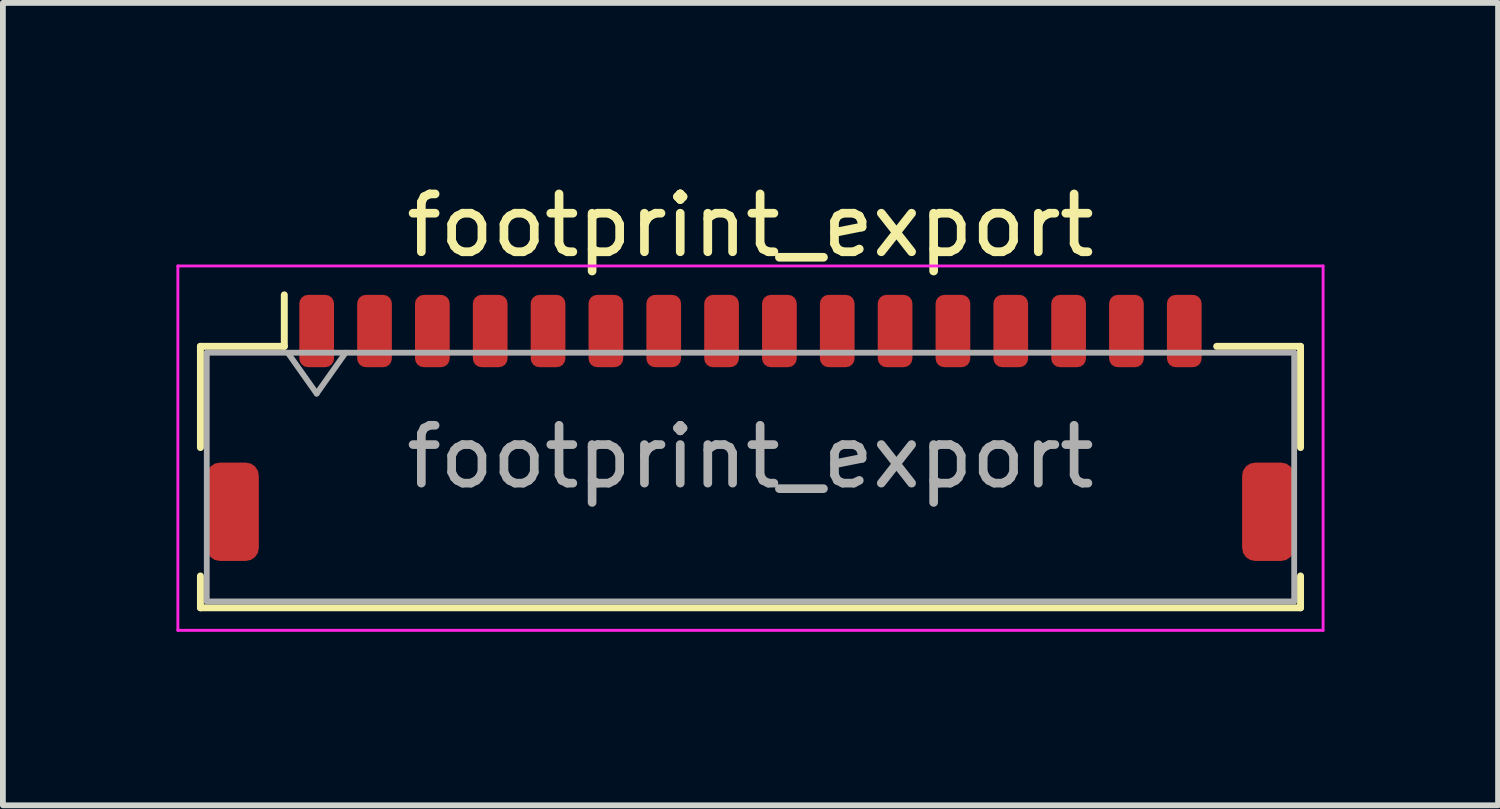
<source format=kicad_pcb>
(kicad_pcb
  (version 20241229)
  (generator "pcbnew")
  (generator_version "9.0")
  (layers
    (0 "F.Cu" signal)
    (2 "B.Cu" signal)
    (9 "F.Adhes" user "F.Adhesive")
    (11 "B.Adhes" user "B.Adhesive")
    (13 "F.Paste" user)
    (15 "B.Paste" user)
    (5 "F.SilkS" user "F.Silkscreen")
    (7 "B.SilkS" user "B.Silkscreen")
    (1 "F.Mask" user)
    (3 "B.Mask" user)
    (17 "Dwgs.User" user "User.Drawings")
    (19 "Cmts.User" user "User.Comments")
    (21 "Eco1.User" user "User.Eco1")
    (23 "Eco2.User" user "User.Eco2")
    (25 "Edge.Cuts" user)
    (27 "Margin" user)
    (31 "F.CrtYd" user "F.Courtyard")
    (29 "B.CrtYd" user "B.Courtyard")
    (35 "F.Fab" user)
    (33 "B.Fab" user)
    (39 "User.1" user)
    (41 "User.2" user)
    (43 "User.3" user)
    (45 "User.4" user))
  (footprint "footprint_export"
    (layer "F.Cu")
    (at 9.925 4.348)
    (property "Reference" "footprint_export" (at 0 -3.5 0) (layer "F.SilkS") (effects (font (size 1 1) (thickness 0.15))))
    (attr smd)
    (fp_line (start -9.51 -1.41) (end -8.06 -1.41) (stroke (width 0.12) (type solid)) (layer "F.SilkS"))
    (fp_line (start -9.51 0.34) (end -9.51 -1.41) (stroke (width 0.12) (type solid)) (layer "F.SilkS"))
    (fp_line (start -9.51 2.56) (end -9.51 3.11) (stroke (width 0.12) (type solid)) (layer "F.SilkS"))
    (fp_line (start -9.51 3.11) (end 9.51 3.11) (stroke (width 0.12) (type solid)) (layer "F.SilkS"))
    (fp_line (start -8.06 -1.41) (end -8.06 -2.3) (stroke (width 0.12) (type solid)) (layer "F.SilkS"))
    (fp_line (start 9.51 -1.41) (end 8.06 -1.41) (stroke (width 0.12) (type solid)) (layer "F.SilkS"))
    (fp_line (start 9.51 0.34) (end 9.51 -1.41) (stroke (width 0.12) (type solid)) (layer "F.SilkS"))
    (fp_line (start 9.51 3.11) (end 9.51 2.56) (stroke (width 0.12) (type solid)) (layer "F.SilkS"))
    (fp_line (start -9.9 -2.8) (end -9.9 3.5) (stroke (width 0.05) (type solid)) (layer "F.CrtYd"))
    (fp_line (start -9.9 3.5) (end 9.9 3.5) (stroke (width 0.05) (type solid)) (layer "F.CrtYd"))
    (fp_line (start 9.9 -2.8) (end -9.9 -2.8) (stroke (width 0.05) (type solid)) (layer "F.CrtYd"))
    (fp_line (start 9.9 3.5) (end 9.9 -2.8) (stroke (width 0.05) (type solid)) (layer "F.CrtYd"))
    (fp_line (start -9.4 -1.3) (end -9.4 3) (stroke (width 0.1) (type solid)) (layer "F.Fab"))
    (fp_line (start -9.4 -1.3) (end 9.4 -1.3) (stroke (width 0.1) (type solid)) (layer "F.Fab"))
    (fp_line (start -9.4 3) (end 9.4 3) (stroke (width 0.1) (type solid)) (layer "F.Fab"))
    (fp_line (start -8 -1.3) (end -7.5 -0.593) (stroke (width 0.1) (type solid)) (layer "F.Fab"))
    (fp_line (start -7.5 -0.593) (end -7 -1.3) (stroke (width 0.1) (type solid)) (layer "F.Fab"))
    (fp_line (start 9.4 -1.3) (end 9.4 3) (stroke (width 0.1) (type solid)) (layer "F.Fab"))
    (fp_text user "${REFERENCE}" (at 0 0.5 0) (layer "F.Fab") (effects (font (size 1 1) (thickness 0.15))))
    (pad "1" smd roundrect (at -7.5 -1.675) (size 0.6 1.25) (layers "F.Cu" "F.Mask" "F.Paste") (roundrect_rratio 0.25))
    (pad "2" smd roundrect (at -6.5 -1.675) (size 0.6 1.25) (layers "F.Cu" "F.Mask" "F.Paste") (roundrect_rratio 0.25))
    (pad "3" smd roundrect (at -5.5 -1.675) (size 0.6 1.25) (layers "F.Cu" "F.Mask" "F.Paste") (roundrect_rratio 0.25))
    (pad "4" smd roundrect (at -4.5 -1.675) (size 0.6 1.25) (layers "F.Cu" "F.Mask" "F.Paste") (roundrect_rratio 0.25))
    (pad "5" smd roundrect (at -3.5 -1.675) (size 0.6 1.25) (layers "F.Cu" "F.Mask" "F.Paste") (roundrect_rratio 0.25))
    (pad "6" smd roundrect (at -2.5 -1.675) (size 0.6 1.25) (layers "F.Cu" "F.Mask" "F.Paste") (roundrect_rratio 0.25))
    (pad "7" smd roundrect (at -1.5 -1.675) (size 0.6 1.25) (layers "F.Cu" "F.Mask" "F.Paste") (roundrect_rratio 0.25))
    (pad "8" smd roundrect (at -0.5 -1.675) (size 0.6 1.25) (layers "F.Cu" "F.Mask" "F.Paste") (roundrect_rratio 0.25))
    (pad "9" smd roundrect (at 0.5 -1.675) (size 0.6 1.25) (layers "F.Cu" "F.Mask" "F.Paste") (roundrect_rratio 0.25))
    (pad "10" smd roundrect (at 1.5 -1.675) (size 0.6 1.25) (layers "F.Cu" "F.Mask" "F.Paste") (roundrect_rratio 0.25))
    (pad "11" smd roundrect (at 2.5 -1.675) (size 0.6 1.25) (layers "F.Cu" "F.Mask" "F.Paste") (roundrect_rratio 0.25))
    (pad "12" smd roundrect (at 3.5 -1.675) (size 0.6 1.25) (layers "F.Cu" "F.Mask" "F.Paste") (roundrect_rratio 0.25))
    (pad "13" smd roundrect (at 4.5 -1.675) (size 0.6 1.25) (layers "F.Cu" "F.Mask" "F.Paste") (roundrect_rratio 0.25))
    (pad "14" smd roundrect (at 5.5 -1.675) (size 0.6 1.25) (layers "F.Cu" "F.Mask" "F.Paste") (roundrect_rratio 0.25))
    (pad "15" smd roundrect (at 6.5 -1.675) (size 0.6 1.25) (layers "F.Cu" "F.Mask" "F.Paste") (roundrect_rratio 0.25))
    (pad "16" smd roundrect (at 7.5 -1.675) (size 0.6 1.25) (layers "F.Cu" "F.Mask" "F.Paste") (roundrect_rratio 0.25))
    (pad "MP" smd roundrect (at -8.95 1.45) (size 0.9 1.7) (layers "F.Cu" "F.Mask" "F.Paste") (roundrect_rratio 0.25))
    (pad "MP" smd roundrect (at 8.95 1.45) (size 0.9 1.7) (layers "F.Cu" "F.Mask" "F.Paste") (roundrect_rratio 0.25)))
  (gr_rect
    (start -3 -3)
    (end 22.85 10.873)
    (stroke (width 0.1) (type default))
    (fill no)
    (layer "Edge.Cuts")))
</source>
